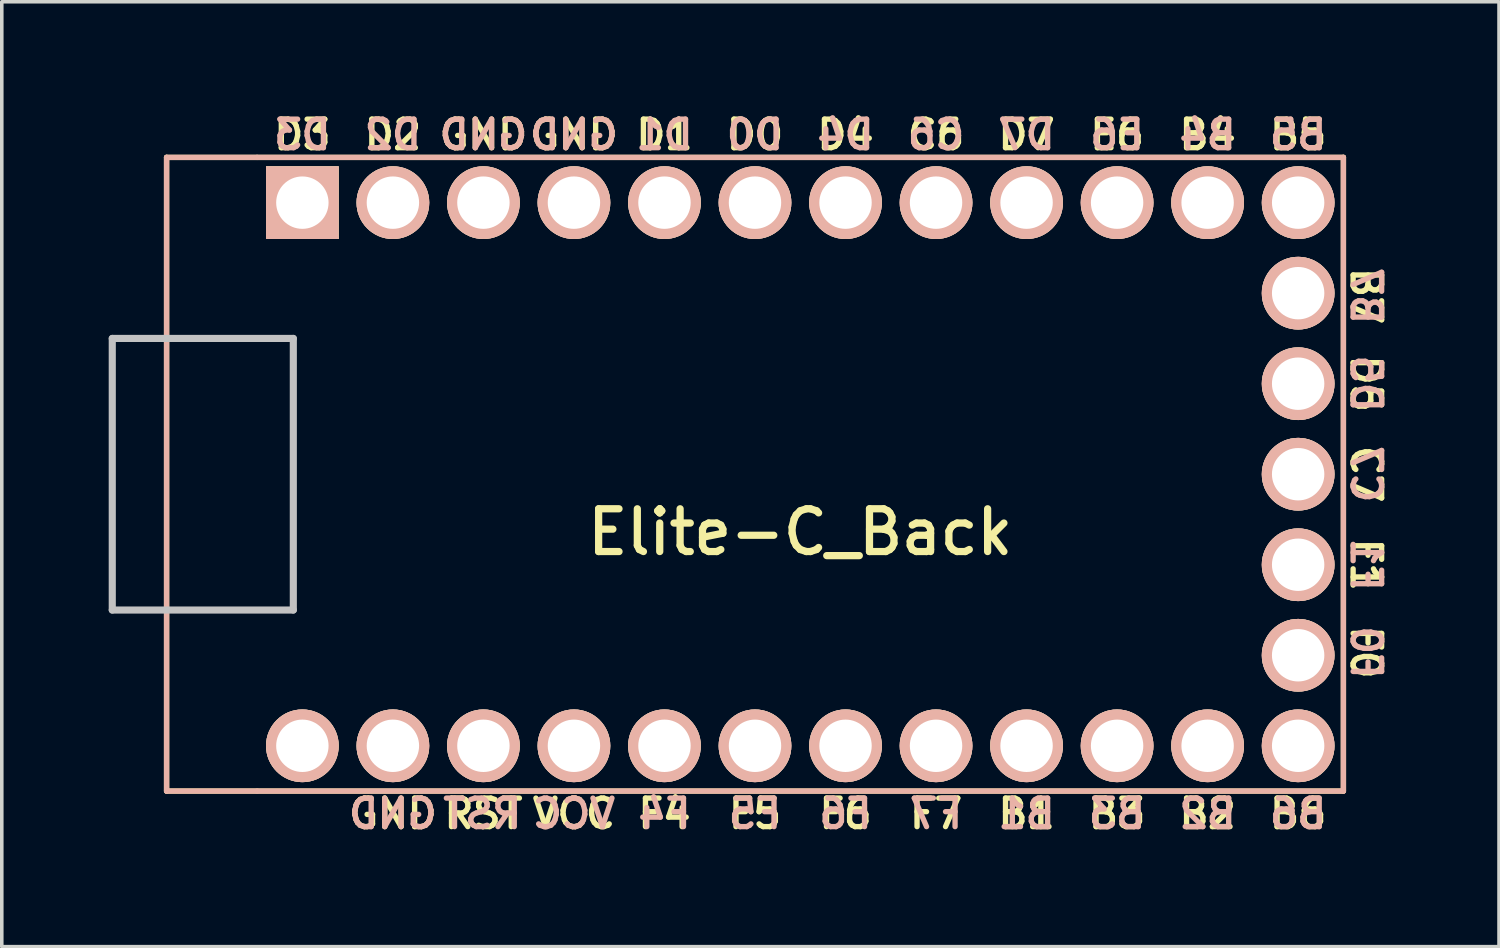
<source format=kicad_pcb>
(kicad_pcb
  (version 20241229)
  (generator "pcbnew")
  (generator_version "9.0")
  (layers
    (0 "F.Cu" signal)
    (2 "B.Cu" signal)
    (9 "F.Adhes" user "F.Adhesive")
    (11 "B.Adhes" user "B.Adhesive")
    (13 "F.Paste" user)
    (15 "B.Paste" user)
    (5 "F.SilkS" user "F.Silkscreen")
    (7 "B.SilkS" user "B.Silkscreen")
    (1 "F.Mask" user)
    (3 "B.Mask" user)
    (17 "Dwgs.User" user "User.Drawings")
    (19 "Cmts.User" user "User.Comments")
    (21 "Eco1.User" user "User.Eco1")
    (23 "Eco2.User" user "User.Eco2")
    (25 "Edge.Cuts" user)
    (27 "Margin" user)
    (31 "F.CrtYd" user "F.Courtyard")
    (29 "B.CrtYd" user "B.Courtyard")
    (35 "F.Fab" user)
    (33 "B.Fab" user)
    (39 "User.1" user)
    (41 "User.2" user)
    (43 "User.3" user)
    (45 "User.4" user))
  (footprint "Elite-C_Back"
    (layer "F.Cu")
    (at 19.404 10.256)
    (property "Reference" "Elite-C_Back" (at 0 1.625 0) (layer "F.SilkS") (effects (font (size 1.2 1.2) (thickness 0.203))))
    (attr through_hole)
    (fp_line (start -17.78 -8.89) (end 15.24 -8.89) (stroke (width 0.15) (type solid)) (layer "F.SilkS"))
    (fp_line (start -17.78 8.89) (end -17.78 -8.89) (stroke (width 0.15) (type solid)) (layer "F.SilkS"))
    (fp_line (start 15.24 -8.89) (end 15.24 8.89) (stroke (width 0.15) (type solid)) (layer "F.SilkS"))
    (fp_line (start 15.24 8.89) (end -17.78 8.89) (stroke (width 0.15) (type solid)) (layer "F.SilkS"))
    (fp_line (start -17.78 -8.89) (end -15.24 -8.89) (stroke (width 0.15) (type solid)) (layer "B.SilkS"))
    (fp_line (start -17.78 8.89) (end -17.78 -8.89) (stroke (width 0.15) (type solid)) (layer "B.SilkS"))
    (fp_line (start -15.24 -8.89) (end 15.24 -8.89) (stroke (width 0.15) (type solid)) (layer "B.SilkS"))
    (fp_line (start -15.24 8.89) (end -17.78 8.89) (stroke (width 0.15) (type solid)) (layer "B.SilkS"))
    (fp_line (start 15.24 -8.89) (end 15.24 8.89) (stroke (width 0.15) (type solid)) (layer "B.SilkS"))
    (fp_line (start 15.24 8.89) (end -15.24 8.89) (stroke (width 0.15) (type solid)) (layer "B.SilkS"))
    (fp_line (start -19.304 -3.81) (end -19.304 3.81) (stroke (width 0.2) (type solid)) (layer "Dwgs.User"))
    (fp_line (start -19.304 3.81) (end -14.224 3.81) (stroke (width 0.2) (type solid)) (layer "Dwgs.User"))
    (fp_line (start -14.224 -3.81) (end -19.304 -3.81) (stroke (width 0.2) (type solid)) (layer "Dwgs.User"))
    (fp_line (start -14.224 3.81) (end -14.224 -3.81) (stroke (width 0.2) (type solid)) (layer "Dwgs.User"))
    (fp_text user "F0" (at 15.875 5 270) (unlocked yes) (layer "F.SilkS") (effects (font (size 0.8 0.8) (thickness 0.15))))
    (fp_text user "B7" (at 15.875 -5 270) (unlocked yes) (layer "F.SilkS") (effects (font (size 0.8 0.8) (thickness 0.15))))
    (fp_text user "D4" (at 1.27 -9.525 0) (unlocked yes) (layer "F.SilkS") (effects (font (size 0.8 0.8) (thickness 0.15))))
    (fp_text user "C6" (at 3.81 -9.525 0) (unlocked yes) (layer "F.SilkS") (effects (font (size 0.8 0.8) (thickness 0.15))))
    (fp_text user "F5" (at -1.27 9.525 0) (unlocked yes) (layer "F.SilkS") (effects (font (size 0.8 0.8) (thickness 0.15))))
    (fp_text user "B2" (at 11.43 9.525 0) (unlocked yes) (layer "F.SilkS") (effects (font (size 0.8 0.8) (thickness 0.15))))
    (fp_text user "RST" (at -8.89 9.525 0) (unlocked yes) (layer "F.SilkS") (effects (font (size 0.8 0.8) (thickness 0.15))))
    (fp_text user "B4" (at 11.43 -9.525 0) (unlocked yes) (layer "F.SilkS") (effects (font (size 0.8 0.8) (thickness 0.15))))
    (fp_text user "F7" (at 3.81 9.525 0) (unlocked yes) (layer "F.SilkS") (effects (font (size 0.8 0.8) (thickness 0.15))))
    (fp_text user "D1" (at -3.81 -9.525 0) (unlocked yes) (layer "F.SilkS") (effects (font (size 0.8 0.8) (thickness 0.15))))
    (fp_text user "B3" (at 8.89 9.525 0) (unlocked yes) (layer "F.SilkS") (effects (font (size 0.8 0.8) (thickness 0.15))))
    (fp_text user "D7" (at 6.35 -9.525 0) (unlocked yes) (layer "F.SilkS") (effects (font (size 0.8 0.8) (thickness 0.15))))
    (fp_text user "B1" (at 6.35 9.525 0) (unlocked yes) (layer "F.SilkS") (effects (font (size 0.8 0.8) (thickness 0.15))))
    (fp_text user "F6" (at 1.27 9.525 0) (unlocked yes) (layer "F.SilkS") (effects (font (size 0.8 0.8) (thickness 0.15))))
    (fp_text user "GND" (at -8.89 -9.525 0) (unlocked yes) (layer "F.SilkS") (effects (font (size 0.8 0.8) (thickness 0.15))))
    (fp_text user "D0" (at -1.27 -9.525 0) (unlocked yes) (layer "F.SilkS") (effects (font (size 0.8 0.8) (thickness 0.15))))
    (fp_text user "GND" (at -11.43 9.525 0) (unlocked yes) (layer "F.SilkS") (effects (font (size 0.8 0.8) (thickness 0.15))))
    (fp_text user "D2" (at -11.43 -9.525 0) (unlocked yes) (layer "F.SilkS") (effects (font (size 0.8 0.8) (thickness 0.15))))
    (fp_text user "C7" (at 15.875 0 270) (unlocked yes) (layer "F.SilkS") (effects (font (size 0.8 0.8) (thickness 0.15))))
    (fp_text user "D5" (at 15.875 -2.54 270) (unlocked yes) (layer "F.SilkS") (effects (font (size 0.8 0.8) (thickness 0.15))))
    (fp_text user "B6" (at 13.97 9.525 0) (unlocked yes) (layer "F.SilkS") (effects (font (size 0.8 0.8) (thickness 0.15))))
    (fp_text user "B5" (at 13.97 -9.525 0) (unlocked yes) (layer "F.SilkS") (effects (font (size 0.8 0.8) (thickness 0.15))))
    (fp_text user "D3" (at -13.97 -9.525 0) (unlocked yes) (layer "F.SilkS") (effects (font (size 0.8 0.8) (thickness 0.15))))
    (fp_text user "F4" (at -3.81 9.525 0) (unlocked yes) (layer "F.SilkS") (effects (font (size 0.8 0.8) (thickness 0.15))))
    (fp_text user "E6" (at 8.89 -9.525 0) (unlocked yes) (layer "F.SilkS") (effects (font (size 0.8 0.8) (thickness 0.15))))
    (fp_text user "F1" (at 15.875 2.54 270) (unlocked yes) (layer "F.SilkS") (effects (font (size 0.8 0.8) (thickness 0.15))))
    (fp_text user "GND" (at -6.35 -9.525 0) (unlocked yes) (layer "F.SilkS") (effects (font (size 0.8 0.8) (thickness 0.15))))
    (fp_text user "VCC" (at -6.35 9.525 0) (unlocked yes) (layer "F.SilkS") (effects (font (size 0.8 0.8) (thickness 0.15))))
    (fp_text user "F0" (at 15.875 5 270) (unlocked yes) (layer "B.SilkS") (effects (font (size 0.8 0.8) (thickness 0.15)) (justify mirror)))
    (fp_text user "F7" (at 3.81 9.525 0) (unlocked yes) (layer "B.SilkS") (effects (font (size 0.8 0.8) (thickness 0.15)) (justify mirror)))
    (fp_text user "D3" (at -13.97 -9.525 0) (unlocked yes) (layer "B.SilkS") (effects (font (size 0.8 0.8) (thickness 0.15)) (justify mirror)))
    (fp_text user "F1" (at 15.875 2.54 270) (unlocked yes) (layer "B.SilkS") (effects (font (size 0.8 0.8) (thickness 0.15)) (justify mirror)))
    (fp_text user "B7" (at 15.875 -5 270) (unlocked yes) (layer "B.SilkS") (effects (font (size 0.8 0.8) (thickness 0.15)) (justify mirror)))
    (fp_text user "B1" (at 6.35 9.525 0) (unlocked yes) (layer "B.SilkS") (effects (font (size 0.8 0.8) (thickness 0.15)) (justify mirror)))
    (fp_text user "VCC" (at -6.35 9.525 0) (unlocked yes) (layer "B.SilkS") (effects (font (size 0.8 0.8) (thickness 0.15)) (justify mirror)))
    (fp_text user "B2" (at 11.43 9.525 0) (unlocked yes) (layer "B.SilkS") (effects (font (size 0.8 0.8) (thickness 0.15)) (justify mirror)))
    (fp_text user "RST" (at -8.92 9.525 0) (unlocked yes) (layer "B.SilkS") (effects (font (size 0.8 0.8) (thickness 0.15)) (justify mirror)))
    (fp_text user "D0" (at -1.27 -9.525 0) (unlocked yes) (layer "B.SilkS") (effects (font (size 0.8 0.8) (thickness 0.15)) (justify mirror)))
    (fp_text user "GND" (at -6.35 -9.525 0) (unlocked yes) (layer "B.SilkS") (effects (font (size 0.8 0.8) (thickness 0.15)) (justify mirror)))
    (fp_text user "E6" (at 8.89 -9.525 0) (unlocked yes) (layer "B.SilkS") (effects (font (size 0.8 0.8) (thickness 0.15)) (justify mirror)))
    (fp_text user "D7" (at 6.35 -9.525 0) (unlocked yes) (layer "B.SilkS") (effects (font (size 0.8 0.8) (thickness 0.15)) (justify mirror)))
    (fp_text user "C6" (at 3.81 -9.525 0) (unlocked yes) (layer "B.SilkS") (effects (font (size 0.8 0.8) (thickness 0.15)) (justify mirror)))
    (fp_text user "B5" (at 13.97 -9.525 0) (unlocked yes) (layer "B.SilkS") (effects (font (size 0.8 0.8) (thickness 0.15)) (justify mirror)))
    (fp_text user "D1" (at -3.81 -9.525 0) (unlocked yes) (layer "B.SilkS") (effects (font (size 0.8 0.8) (thickness 0.15)) (justify mirror)))
    (fp_text user "D2" (at -11.43 -9.525 0) (unlocked yes) (layer "B.SilkS") (effects (font (size 0.8 0.8) (thickness 0.15)) (justify mirror)))
    (fp_text user "D5" (at 15.875 -2.54 270) (unlocked yes) (layer "B.SilkS") (effects (font (size 0.8 0.8) (thickness 0.15)) (justify mirror)))
    (fp_text user "B3" (at 8.89 9.525 0) (unlocked yes) (layer "B.SilkS") (effects (font (size 0.8 0.8) (thickness 0.15)) (justify mirror)))
    (fp_text user "D4" (at 1.27 -9.525 0) (unlocked yes) (layer "B.SilkS") (effects (font (size 0.8 0.8) (thickness 0.15)) (justify mirror)))
    (fp_text user "B6" (at 13.97 9.525 0) (unlocked yes) (layer "B.SilkS") (effects (font (size 0.8 0.8) (thickness 0.15)) (justify mirror)))
    (fp_text user "F5" (at -1.27 9.525 0) (unlocked yes) (layer "B.SilkS") (effects (font (size 0.8 0.8) (thickness 0.15)) (justify mirror)))
    (fp_text user "F6" (at 1.27 9.525 0) (unlocked yes) (layer "B.SilkS") (effects (font (size 0.8 0.8) (thickness 0.15)) (justify mirror)))
    (fp_text user "GND" (at -8.89 -9.525 0) (unlocked yes) (layer "B.SilkS") (effects (font (size 0.8 0.8) (thickness 0.15)) (justify mirror)))
    (fp_text user "F4" (at -3.81 9.525 0) (unlocked yes) (layer "B.SilkS") (effects (font (size 0.8 0.8) (thickness 0.15)) (justify mirror)))
    (fp_text user "C7" (at 15.875 0 270) (unlocked yes) (layer "B.SilkS") (effects (font (size 0.8 0.8) (thickness 0.15)) (justify mirror)))
    (fp_text user "B4" (at 11.43 -9.525 0) (unlocked yes) (layer "B.SilkS") (effects (font (size 0.8 0.8) (thickness 0.15)) (justify mirror)))
    (fp_text user "GND" (at -11.43 9.525 0) (unlocked yes) (layer "B.SilkS") (effects (font (size 0.8 0.8) (thickness 0.15)) (justify mirror)))
    (pad "1" thru_hole rect (at -13.97 -7.62) (size 2.04 2.04) (drill 1.47) (layers "*.Cu" "*.SilkS" "*.Mask"))
    (pad "2" thru_hole circle (at -11.43 -7.62) (size 2.04 2.04) (drill 1.47) (layers "*.Cu" "*.SilkS" "*.Mask"))
    (pad "3" thru_hole circle (at -8.89 -7.62) (size 2.04 2.04) (drill 1.47) (layers "*.Cu" "*.SilkS" "*.Mask"))
    (pad "4" thru_hole circle (at -6.35 -7.62) (size 2.04 2.04) (drill 1.47) (layers "*.Cu" "*.SilkS" "*.Mask"))
    (pad "5" thru_hole circle (at -3.81 -7.62) (size 2.04 2.04) (drill 1.47) (layers "*.Cu" "*.SilkS" "*.Mask"))
    (pad "6" thru_hole circle (at -1.27 -7.62) (size 2.04 2.04) (drill 1.47) (layers "*.Cu" "*.SilkS" "*.Mask"))
    (pad "7" thru_hole circle (at 1.27 -7.62) (size 2.04 2.04) (drill 1.47) (layers "*.Cu" "*.SilkS" "*.Mask"))
    (pad "8" thru_hole circle (at 3.81 -7.62) (size 2.04 2.04) (drill 1.47) (layers "*.Cu" "*.SilkS" "*.Mask"))
    (pad "9" thru_hole circle (at 6.35 -7.62) (size 2.04 2.04) (drill 1.47) (layers "*.Cu" "*.SilkS" "*.Mask"))
    (pad "10" thru_hole circle (at 8.89 -7.62) (size 2.04 2.04) (drill 1.47) (layers "*.Cu" "*.SilkS" "*.Mask"))
    (pad "11" thru_hole circle (at 11.43 -7.62) (size 2.04 2.04) (drill 1.47) (layers "*.Cu" "*.SilkS" "*.Mask"))
    (pad "12" thru_hole circle (at 13.97 -7.62) (size 2.04 2.04) (drill 1.47) (layers "*.Cu" "*.SilkS" "*.Mask"))
    (pad "13" thru_hole circle (at 13.97 7.62) (size 2.04 2.04) (drill 1.47) (layers "*.Cu" "*.SilkS" "*.Mask"))
    (pad "14" thru_hole circle (at 11.43 7.62) (size 2.04 2.04) (drill 1.47) (layers "*.Cu" "*.SilkS" "*.Mask"))
    (pad "15" thru_hole circle (at 8.89 7.62) (size 2.04 2.04) (drill 1.47) (layers "*.Cu" "*.SilkS" "*.Mask"))
    (pad "16" thru_hole circle (at 6.35 7.62) (size 2.04 2.04) (drill 1.47) (layers "*.Cu" "*.SilkS" "*.Mask"))
    (pad "17" thru_hole circle (at 3.81 7.62) (size 2.04 2.04) (drill 1.47) (layers "*.Cu" "*.SilkS" "*.Mask"))
    (pad "18" thru_hole circle (at 1.27 7.62) (size 2.04 2.04) (drill 1.47) (layers "*.Cu" "*.SilkS" "*.Mask"))
    (pad "19" thru_hole circle (at -1.27 7.62) (size 2.04 2.04) (drill 1.47) (layers "*.Cu" "*.SilkS" "*.Mask"))
    (pad "20" thru_hole circle (at -3.81 7.62) (size 2.04 2.04) (drill 1.47) (layers "*.Cu" "*.SilkS" "*.Mask"))
    (pad "21" thru_hole circle (at -6.35 7.62) (size 2.04 2.04) (drill 1.47) (layers "*.Cu" "*.SilkS" "*.Mask"))
    (pad "22" thru_hole circle (at -8.89 7.62) (size 2.04 2.04) (drill 1.47) (layers "*.Cu" "*.SilkS" "*.Mask"))
    (pad "23" thru_hole circle (at -11.43 7.62) (size 2.04 2.04) (drill 1.47) (layers "*.Cu" "*.SilkS" "*.Mask"))
    (pad "24" thru_hole circle (at -13.97 7.62) (size 2.04 2.04) (drill 1.47) (layers "*.Cu" "*.SilkS" "*.Mask"))
    (pad "25" thru_hole circle (at 13.97 -5.08) (size 2.04 2.04) (drill 1.47) (layers "*.Cu" "*.SilkS" "*.Mask"))
    (pad "26" thru_hole circle (at 13.97 -2.54) (size 2.04 2.04) (drill 1.47) (layers "*.Cu" "*.SilkS" "*.Mask"))
    (pad "27" thru_hole circle (at 13.97 0) (size 2.04 2.04) (drill 1.47) (layers "*.Cu" "*.SilkS" "*.Mask"))
    (pad "28" thru_hole circle (at 13.97 2.54) (size 2.04 2.04) (drill 1.47) (layers "*.Cu" "*.SilkS" "*.Mask"))
    (pad "29" thru_hole circle (at 13.97 5.08) (size 2.04 2.04) (drill 1.47) (layers "*.Cu" "*.SilkS" "*.Mask")))
  (gr_rect
    (start -3 -3)
    (end 39.01 23.512)
    (stroke (width 0.1) (type default))
    (fill no)
    (layer "Edge.Cuts")))
</source>
